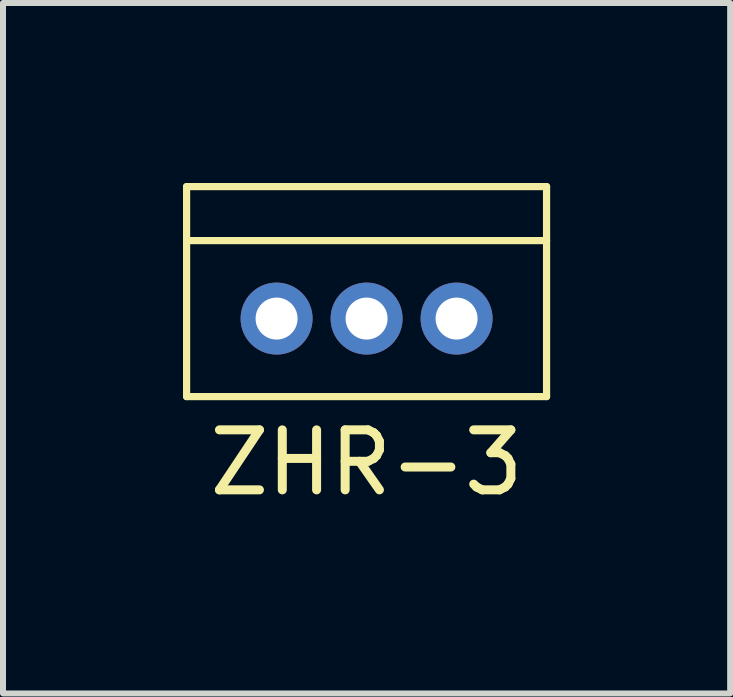
<source format=kicad_pcb>
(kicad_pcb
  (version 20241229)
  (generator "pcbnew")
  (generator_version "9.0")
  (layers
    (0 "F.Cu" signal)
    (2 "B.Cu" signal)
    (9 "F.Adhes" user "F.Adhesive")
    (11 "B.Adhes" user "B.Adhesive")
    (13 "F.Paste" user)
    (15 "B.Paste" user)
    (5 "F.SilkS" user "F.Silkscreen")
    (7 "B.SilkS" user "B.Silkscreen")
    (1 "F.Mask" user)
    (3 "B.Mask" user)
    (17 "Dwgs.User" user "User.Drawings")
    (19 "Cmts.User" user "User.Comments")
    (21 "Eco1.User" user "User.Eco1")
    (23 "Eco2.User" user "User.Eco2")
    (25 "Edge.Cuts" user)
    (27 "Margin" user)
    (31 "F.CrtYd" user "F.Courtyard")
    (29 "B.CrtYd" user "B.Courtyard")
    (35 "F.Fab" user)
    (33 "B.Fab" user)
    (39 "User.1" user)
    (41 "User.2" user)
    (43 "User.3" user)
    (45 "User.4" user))
  (footprint "ZHR-3"
    (layer "F.Cu")
    (at 3.06 2.26)
    (property "Reference" "ZHR-3" (at 0 2.4 0) (layer "F.SilkS") (effects (font (size 1 1) (thickness 0.15))))
    (attr through_hole)
    (fp_line (start -3 -2.2) (end 3 -2.2) (stroke (width 0.12) (type solid)) (layer "F.SilkS"))
    (fp_line (start -3 -1.3) (end 3 -1.3) (stroke (width 0.12) (type solid)) (layer "F.SilkS"))
    (fp_line (start -3 1.3) (end -3 -2.2) (stroke (width 0.12) (type solid)) (layer "F.SilkS"))
    (fp_line (start 3 -2.2) (end 3 1.3) (stroke (width 0.12) (type solid)) (layer "F.SilkS"))
    (fp_line (start 3 1.3) (end -3 1.3) (stroke (width 0.12) (type solid)) (layer "F.SilkS"))
    (pad "1" thru_hole circle (at -1.5 0) (size 1.2 1.2) (drill 0.7) (layers "*.Cu" "*.Mask"))
    (pad "2" thru_hole circle (at 0 0) (size 1.2 1.2) (drill 0.7) (layers "*.Cu" "*.Mask"))
    (pad "3" thru_hole circle (at 1.5 0) (size 1.2 1.2) (drill 0.7) (layers "*.Cu" "*.Mask")))
  (gr_rect
    (start -3 -3)
    (end 9.12 8.508)
    (stroke (width 0.1) (type default))
    (fill no)
    (layer "Edge.Cuts")))
</source>
